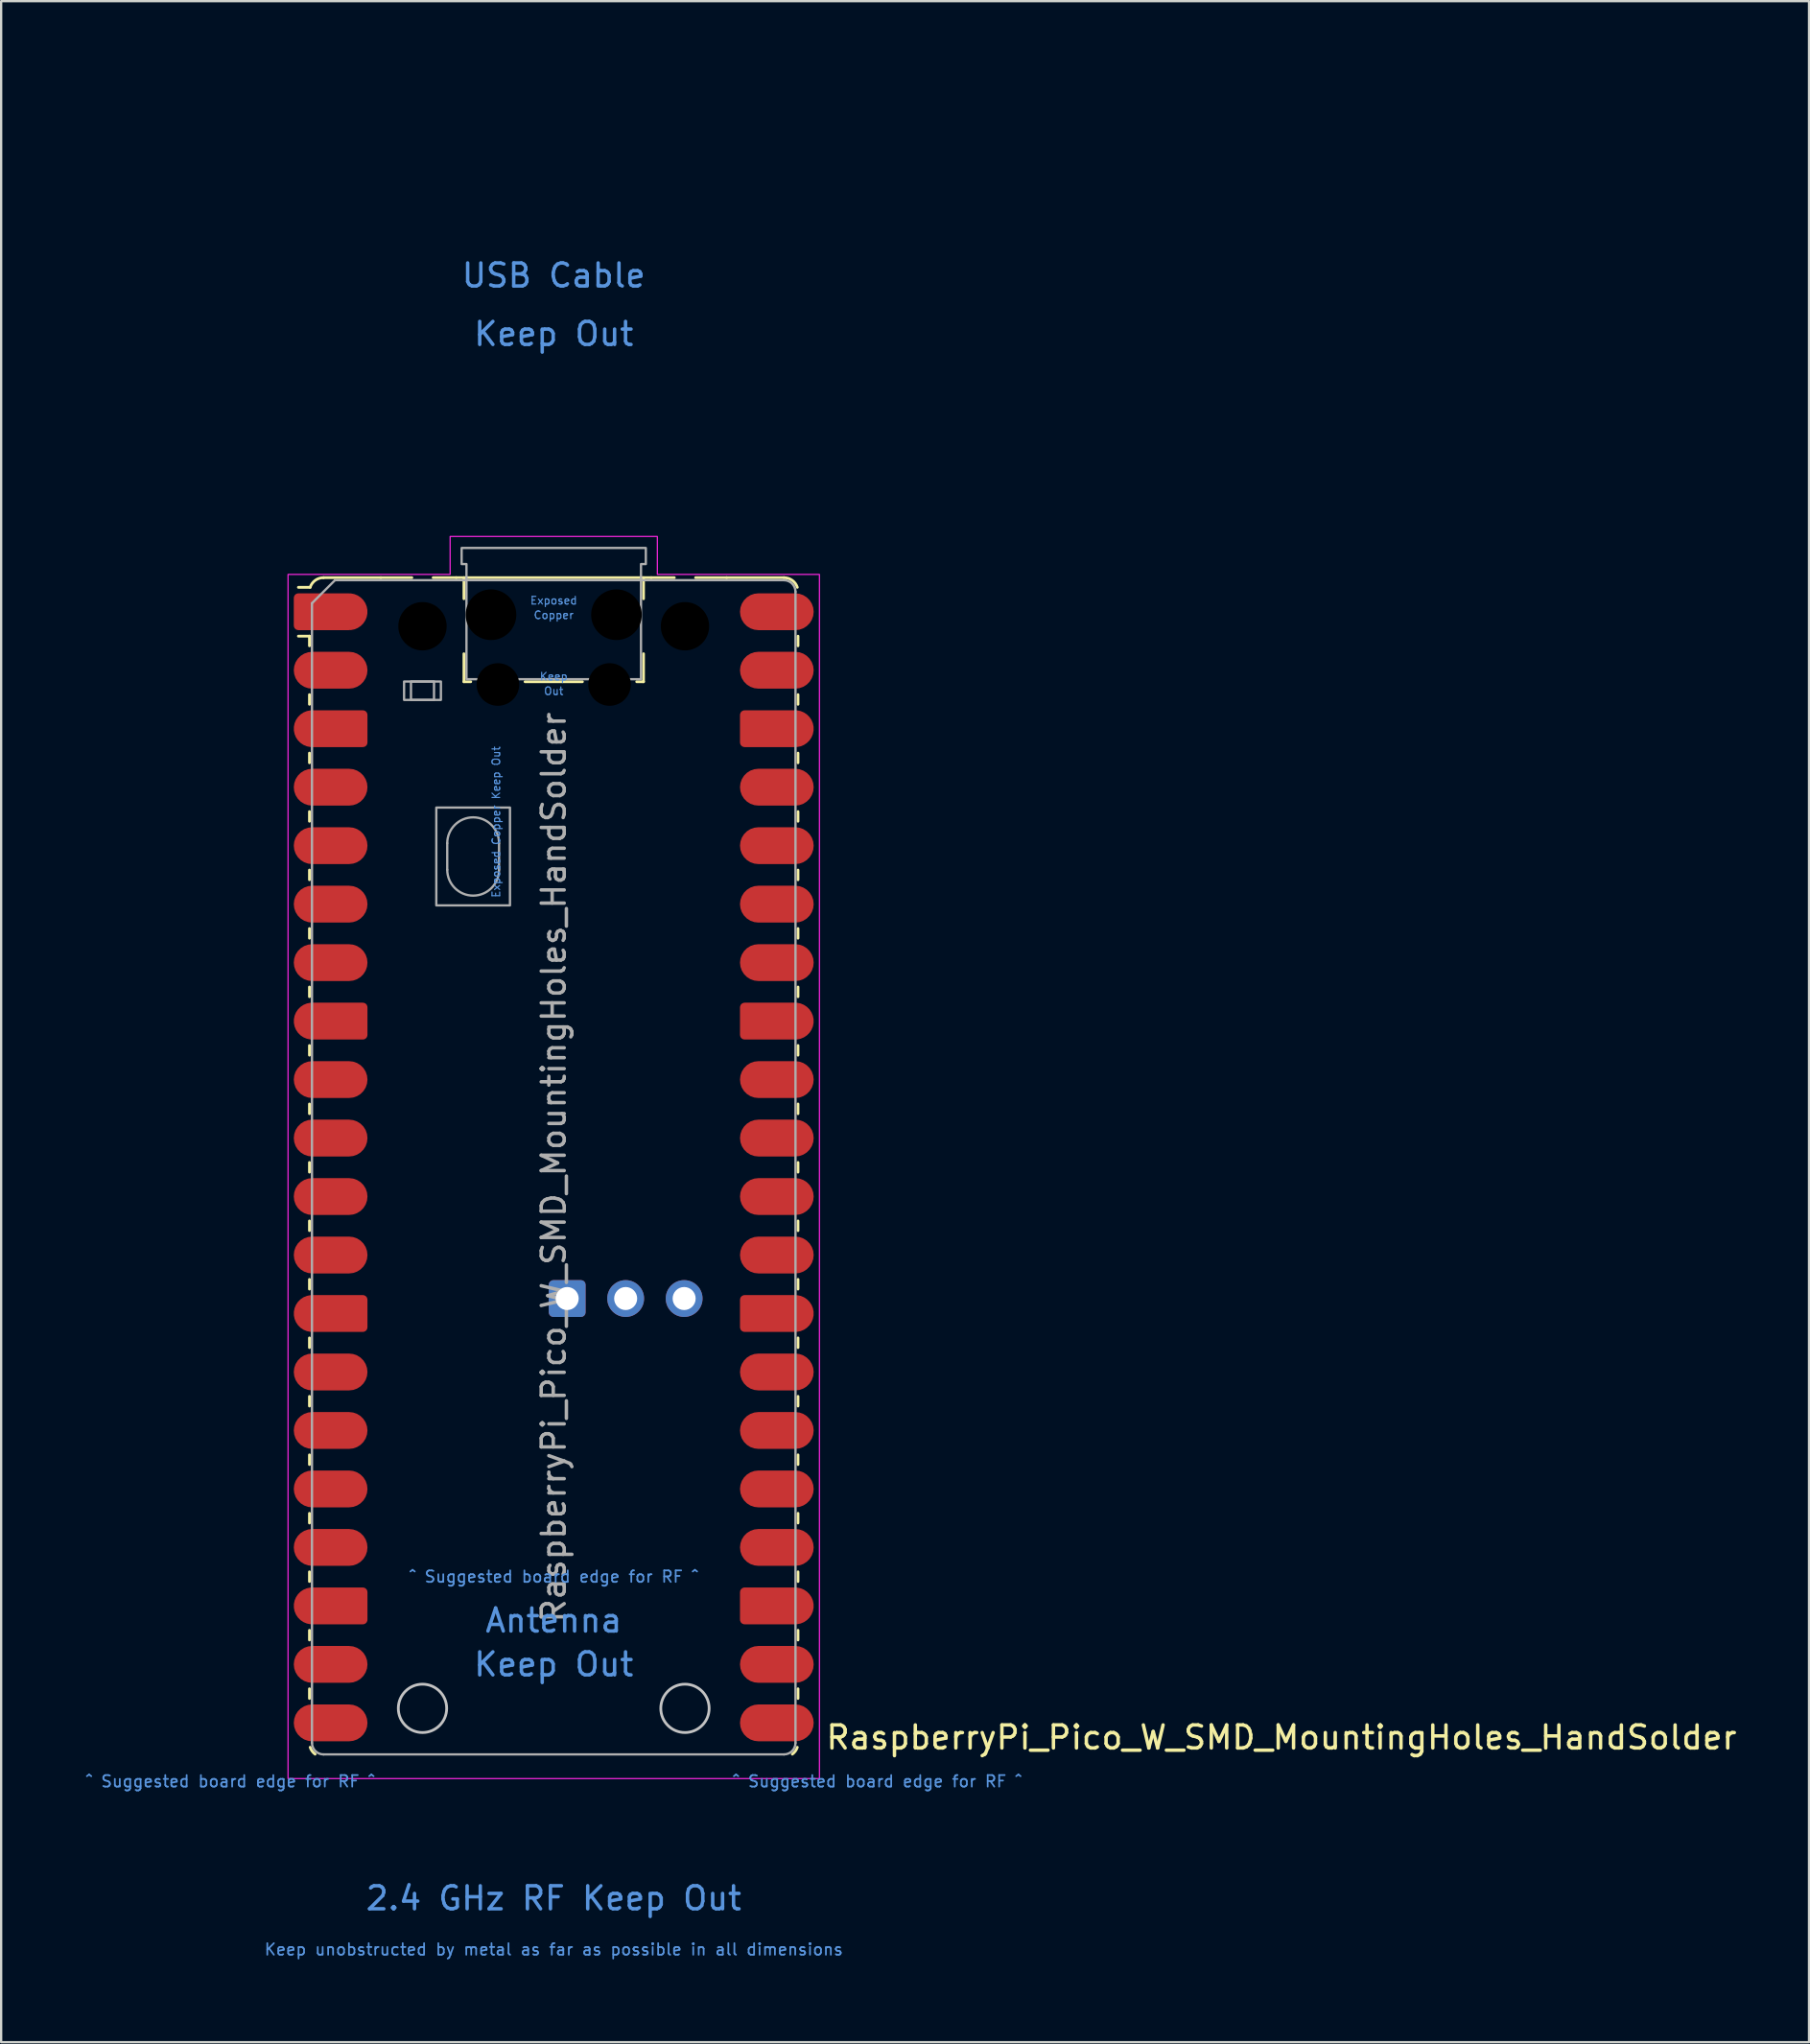
<source format=kicad_pcb>
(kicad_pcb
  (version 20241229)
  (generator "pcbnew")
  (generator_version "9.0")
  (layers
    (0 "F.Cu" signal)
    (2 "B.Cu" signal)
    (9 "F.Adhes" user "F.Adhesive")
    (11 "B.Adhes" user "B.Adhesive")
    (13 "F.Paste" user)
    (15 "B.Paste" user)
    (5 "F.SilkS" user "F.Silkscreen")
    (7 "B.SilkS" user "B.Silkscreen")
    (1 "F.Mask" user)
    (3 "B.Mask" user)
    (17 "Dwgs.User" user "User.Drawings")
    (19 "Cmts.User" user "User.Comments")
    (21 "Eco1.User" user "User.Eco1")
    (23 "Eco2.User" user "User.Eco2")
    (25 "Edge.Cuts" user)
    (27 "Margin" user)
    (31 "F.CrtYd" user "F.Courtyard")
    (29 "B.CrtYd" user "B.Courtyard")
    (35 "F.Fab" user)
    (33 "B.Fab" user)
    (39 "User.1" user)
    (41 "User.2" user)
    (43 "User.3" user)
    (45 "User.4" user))
  (footprint "RaspberryPi_Pico_W_SMD_MountingHoles_HandSolder"
    (layer "F.Cu")
    (at 21 47.65)
    (property "Reference" "RaspberryPi_Pico_W_SMD_MountingHoles_HandSolder" (at 11.748 24.765 0) (unlocked yes) (layer "F.SilkS") (effects (font (size 1 1) (thickness 0.15)) (justify left)))
    (attr smd)
    (fp_line (start -10.61 -23.07) (end -11.09 -23.07) (stroke (width 0.12) (type solid)) (layer "F.SilkS"))
    (fp_line (start -10.61 -23.07) (end -10.61 -22.65) (stroke (width 0.12) (type solid)) (layer "F.SilkS"))
    (fp_line (start -10.61 -20.53) (end -10.61 -20.11) (stroke (width 0.12) (type solid)) (layer "F.SilkS"))
    (fp_line (start -10.61 -17.99) (end -10.61 -17.57) (stroke (width 0.12) (type solid)) (layer "F.SilkS"))
    (fp_line (start -10.61 -15.45) (end -10.61 -15.03) (stroke (width 0.12) (type solid)) (layer "F.SilkS"))
    (fp_line (start -10.61 -12.91) (end -10.61 -12.49) (stroke (width 0.12) (type solid)) (layer "F.SilkS"))
    (fp_line (start -10.61 -10.37) (end -10.61 -9.95) (stroke (width 0.12) (type solid)) (layer "F.SilkS"))
    (fp_line (start -10.61 -7.83) (end -10.61 -7.41) (stroke (width 0.12) (type solid)) (layer "F.SilkS"))
    (fp_line (start -10.61 -5.29) (end -10.61 -4.87) (stroke (width 0.12) (type solid)) (layer "F.SilkS"))
    (fp_line (start -10.61 -2.75) (end -10.61 -2.33) (stroke (width 0.12) (type solid)) (layer "F.SilkS"))
    (fp_line (start -10.61 -0.21) (end -10.61 0.21) (stroke (width 0.12) (type solid)) (layer "F.SilkS"))
    (fp_line (start -10.61 2.33) (end -10.61 2.75) (stroke (width 0.12) (type solid)) (layer "F.SilkS"))
    (fp_line (start -10.61 4.87) (end -10.61 5.29) (stroke (width 0.12) (type solid)) (layer "F.SilkS"))
    (fp_line (start -10.61 7.41) (end -10.61 7.83) (stroke (width 0.12) (type solid)) (layer "F.SilkS"))
    (fp_line (start -10.61 9.95) (end -10.61 10.37) (stroke (width 0.12) (type solid)) (layer "F.SilkS"))
    (fp_line (start -10.61 12.49) (end -10.61 12.91) (stroke (width 0.12) (type solid)) (layer "F.SilkS"))
    (fp_line (start -10.61 15.03) (end -10.61 15.45) (stroke (width 0.12) (type solid)) (layer "F.SilkS"))
    (fp_line (start -10.61 17.57) (end -10.61 17.99) (stroke (width 0.12) (type solid)) (layer "F.SilkS"))
    (fp_line (start -10.61 20.11) (end -10.61 20.53) (stroke (width 0.12) (type solid)) (layer "F.SilkS"))
    (fp_line (start -10.61 22.65) (end -10.61 23.07) (stroke (width 0.12) (type solid)) (layer "F.SilkS"))
    (fp_line (start -10.58 -25.19) (end -11.09 -25.19) (stroke (width 0.12) (type solid)) (layer "F.SilkS"))
    (fp_line (start -10 -25.61) (end -7.51 -25.61) (stroke (width 0.12) (type solid)) (layer "F.SilkS"))
    (fp_line (start -7.51 -25.61) (end -6.162 -25.61) (stroke (width 0.12) (type solid)) (layer "F.SilkS"))
    (fp_line (start -5.238 -25.61) (end -4.235 -25.61) (stroke (width 0.12) (type solid)) (layer "F.SilkS"))
    (fp_line (start -4.235 -25.61) (end 4.235 -25.61) (stroke (width 0.12) (type solid)) (layer "F.SilkS"))
    (fp_line (start -3.9 -25.61) (end -3.9 -24.694) (stroke (width 0.12) (type solid)) (layer "F.SilkS"))
    (fp_line (start -3.9 -22.306) (end -3.9 -21.09) (stroke (width 0.12) (type solid)) (layer "F.SilkS"))
    (fp_line (start -3.9 -21.09) (end -3.604 -21.09) (stroke (width 0.12) (type solid)) (layer "F.SilkS"))
    (fp_line (start -1.246 -21.09) (end 1.246 -21.09) (stroke (width 0.12) (type solid)) (layer "F.SilkS"))
    (fp_line (start 3.604 -21.09) (end 3.9 -21.09) (stroke (width 0.12) (type solid)) (layer "F.SilkS"))
    (fp_line (start 3.9 -25.61) (end 3.9 -24.694) (stroke (width 0.12) (type solid)) (layer "F.SilkS"))
    (fp_line (start 3.9 -22.306) (end 3.9 -21.09) (stroke (width 0.12) (type solid)) (layer "F.SilkS"))
    (fp_line (start 4.235 -25.61) (end 5.238 -25.61) (stroke (width 0.12) (type solid)) (layer "F.SilkS"))
    (fp_line (start 6.162 -25.61) (end 7.51 -25.61) (stroke (width 0.12) (type solid)) (layer "F.SilkS"))
    (fp_line (start 10 -25.61) (end 7.51 -25.61) (stroke (width 0.12) (type solid)) (layer "F.SilkS"))
    (fp_line (start 10.61 -23.07) (end 10.61 -22.65) (stroke (width 0.12) (type solid)) (layer "F.SilkS"))
    (fp_line (start 10.61 -20.53) (end 10.61 -20.11) (stroke (width 0.12) (type solid)) (layer "F.SilkS"))
    (fp_line (start 10.61 -17.99) (end 10.61 -17.57) (stroke (width 0.12) (type solid)) (layer "F.SilkS"))
    (fp_line (start 10.61 -15.45) (end 10.61 -15.03) (stroke (width 0.12) (type solid)) (layer "F.SilkS"))
    (fp_line (start 10.61 -12.91) (end 10.61 -12.49) (stroke (width 0.12) (type solid)) (layer "F.SilkS"))
    (fp_line (start 10.61 -10.37) (end 10.61 -9.95) (stroke (width 0.12) (type solid)) (layer "F.SilkS"))
    (fp_line (start 10.61 -7.83) (end 10.61 -7.41) (stroke (width 0.12) (type solid)) (layer "F.SilkS"))
    (fp_line (start 10.61 -5.29) (end 10.61 -4.87) (stroke (width 0.12) (type solid)) (layer "F.SilkS"))
    (fp_line (start 10.61 -2.75) (end 10.61 -2.33) (stroke (width 0.12) (type solid)) (layer "F.SilkS"))
    (fp_line (start 10.61 -0.21) (end 10.61 0.21) (stroke (width 0.12) (type solid)) (layer "F.SilkS"))
    (fp_line (start 10.61 2.33) (end 10.61 2.75) (stroke (width 0.12) (type solid)) (layer "F.SilkS"))
    (fp_line (start 10.61 4.87) (end 10.61 5.29) (stroke (width 0.12) (type solid)) (layer "F.SilkS"))
    (fp_line (start 10.61 7.41) (end 10.61 7.83) (stroke (width 0.12) (type solid)) (layer "F.SilkS"))
    (fp_line (start 10.61 9.95) (end 10.61 10.37) (stroke (width 0.12) (type solid)) (layer "F.SilkS"))
    (fp_line (start 10.61 12.49) (end 10.61 12.91) (stroke (width 0.12) (type solid)) (layer "F.SilkS"))
    (fp_line (start 10.61 15.03) (end 10.61 15.45) (stroke (width 0.12) (type solid)) (layer "F.SilkS"))
    (fp_line (start 10.61 17.57) (end 10.61 17.99) (stroke (width 0.12) (type solid)) (layer "F.SilkS"))
    (fp_line (start 10.61 20.11) (end 10.61 20.53) (stroke (width 0.12) (type solid)) (layer "F.SilkS"))
    (fp_line (start 10.61 22.65) (end 10.61 23.07) (stroke (width 0.12) (type solid)) (layer "F.SilkS"))
    (fp_arc (start -10.579676 -25.19) (mid -10.357938 -25.493944) (end -10 -25.61) (stroke (width 0.12) (type solid)) (layer "F.SilkS"))
    (fp_arc (start -10.363318 25.49) (mid -10.494791 25.356765) (end -10.579676 25.189937) (stroke (width 0.12) (type solid)) (layer "F.SilkS"))
    (fp_arc (start 10 -25.61) (mid 10.357937 -25.493944) (end 10.579676 -25.189937) (stroke (width 0.12) (type solid)) (layer "F.SilkS"))
    (fp_arc (start 10.579676 25.189937) (mid 10.494803 25.356773) (end 10.363318 25.49) (stroke (width 0.12) (type solid)) (layer "F.SilkS"))
    (fp_circle (center -5.7 23.5) (end -4.65 23.5) (stroke (width 0.12) (type solid)) (fill no) (layer "Dwgs.User"))
    (fp_circle (center 5.7 23.5) (end 6.75 23.5) (stroke (width 0.12) (type solid)) (fill no) (layer "Dwgs.User"))
    (fp_poly (pts (xy -4.5 -27.4) (xy 4.5 -27.4) (xy 4.5 -25.75) (xy 11.54 -25.75) (xy 11.54 26.55) (xy -11.54 26.55) (xy -11.54 -25.75) (xy -4.5 -25.75)) (stroke (width 0.05) (type solid)) (fill no) (layer "F.CrtYd"))
    (fp_line (start -10.5 -24.5) (end -9.5 -25.5) (stroke (width 0.1) (type solid)) (layer "F.Fab"))
    (fp_line (start -10.5 25) (end -10.5 -24.5) (stroke (width 0.1) (type solid)) (layer "F.Fab"))
    (fp_line (start -9.5 -25.5) (end 10 -25.5) (stroke (width 0.1) (type solid)) (layer "F.Fab"))
    (fp_line (start -4.625 -14.075) (end -4.625 -12.925) (stroke (width 0.1) (type solid)) (layer "F.Fab"))
    (fp_line (start -2.375 -14.075) (end -2.375 -12.925) (stroke (width 0.1) (type solid)) (layer "F.Fab"))
    (fp_line (start 10 25.5) (end -10 25.5) (stroke (width 0.1) (type solid)) (layer "F.Fab"))
    (fp_line (start 10.5 -25) (end 10.5 25) (stroke (width 0.1) (type solid)) (layer "F.Fab"))
    (fp_rect (start -6.5 -21.1) (end -4.9 -20.3) (stroke (width 0.1) (type solid)) (fill no) (layer "F.Fab"))
    (fp_rect (start -6.2 -21.1) (end -5.2 -20.3) (stroke (width 0.1) (type solid)) (fill no) (layer "F.Fab"))
    (fp_rect (start -5.1 -15.625) (end -1.9 -11.375) (stroke (width 0.1) (type solid)) (fill no) (layer "F.Fab"))
    (fp_arc (start -10 25.5) (mid -10.353553 25.353553) (end -10.5 25) (stroke (width 0.1) (type solid)) (layer "F.Fab"))
    (fp_arc (start -4.625 -14.075) (mid -3.5 -15.2) (end -2.375 -14.075) (stroke (width 0.1) (type solid)) (layer "F.Fab"))
    (fp_arc (start -2.375 -12.925) (mid -3.5 -11.8) (end -4.625 -12.925) (stroke (width 0.1) (type solid)) (layer "F.Fab"))
    (fp_arc (start 10 -25.5) (mid 10.353553 -25.353553) (end 10.5 -25) (stroke (width 0.1) (type solid)) (layer "F.Fab"))
    (fp_arc (start 10.5 25) (mid 10.353553 25.353553) (end 10 25.5) (stroke (width 0.1) (type solid)) (layer "F.Fab"))
    (fp_poly (pts (xy 3.79 -21.2) (xy 3.79 -26.2) (xy 4 -26.2) (xy 4 -26.9) (xy -4 -26.9) (xy -4 -26.2) (xy -3.79 -26.2) (xy -3.79 -21.2)) (stroke (width 0.1) (type solid)) (fill no) (layer "F.Fab"))
    (fp_text user "^ Suggested board edge for RF ^" (at 14.05 26.67 0) (unlocked yes) (layer "Cmts.User") (effects (font (size 0.5 0.5) (thickness 0.075))))
    (fp_text user "2.4 GHz RF Keep Out" (at 0 31.75 0) (unlocked yes) (layer "Cmts.User") (effects (font (size 1 1) (thickness 0.15))))
    (fp_text user "^ Suggested board edge for RF ^" (at -14.05 26.67 0) (unlocked yes) (layer "Cmts.User") (effects (font (size 0.5 0.5) (thickness 0.075))))
    (fp_text user "USB Cable" (at 0 -38.735 0) (unlocked yes) (layer "Cmts.User") (effects (font (size 1 1) (thickness 0.15))))
    (fp_text user "Keep unobstructed by metal as far as possible in all dimensions" (at 0 33.972 0) (unlocked yes) (layer "Cmts.User") (effects (font (size 0.5 0.5) (thickness 0.075))))
    (fp_text user "Copper" (at 0 -23.983 0) (unlocked yes) (layer "Cmts.User") (effects (font (size 0.333 0.333) (thickness 0.05))))
    (fp_text user "Keep" (at 0 -21.317 0) (unlocked yes) (layer "Cmts.User") (effects (font (size 0.333 0.333) (thickness 0.05))))
    (fp_text user "^ Suggested board edge for RF ^" (at 0 17.78 0) (unlocked yes) (layer "Cmts.User") (effects (font (size 0.5 0.5) (thickness 0.075))))
    (fp_text user "Keep Out" (at 0 21.59 0) (unlocked yes) (layer "Cmts.User") (effects (font (size 1 1) (thickness 0.15))))
    (fp_text user "Exposed Copper Keep Out" (at -2.5 -15 90) (unlocked yes) (layer "Cmts.User") (effects (font (size 0.333 0.333) (thickness 0.05))))
    (fp_text user "Exposed" (at 0 -24.617 0) (unlocked yes) (layer "Cmts.User") (effects (font (size 0.333 0.333) (thickness 0.05))))
    (fp_text user "Antenna" (at 0 19.685 0) (unlocked yes) (layer "Cmts.User") (effects (font (size 1 1) (thickness 0.15))))
    (fp_text user "Keep Out" (at 0 -36.195 0) (unlocked yes) (layer "Cmts.User") (effects (font (size 1 1) (thickness 0.15))))
    (fp_text user "Out" (at 0 -20.683 0) (unlocked yes) (layer "Cmts.User") (effects (font (size 0.333 0.333) (thickness 0.05))))
    (fp_text user "${REFERENCE}" (at 0 0 90) (layer "F.Fab") (effects (font (size 1 1) (thickness 0.15))))
    (pad "" np_thru_hole circle (at -5.7 -23.5) (size 3.8 3.8) (drill 2.1) (layers "*.Mask"))
    (pad "" np_thru_hole circle (at -2.725 -24) (size 2.2 2.2) (drill 2.2) (layers "*.Mask"))
    (pad "" np_thru_hole circle (at -2.425 -20.97) (size 1.85 1.85) (drill 1.85) (layers "*.Mask"))
    (pad "" np_thru_hole circle (at 2.425 -20.97) (size 1.85 1.85) (drill 1.85) (layers "*.Mask"))
    (pad "" np_thru_hole circle (at 2.725 -24) (size 2.2 2.2) (drill 2.2) (layers "*.Mask"))
    (pad "" np_thru_hole circle (at 5.7 -23.5) (size 3.8 3.8) (drill 2.1) (layers "*.Mask"))
    (pad "1" smd custom (at -8.89 -24.13) (size 1.6 1.6) (layers "F.Cu" "F.Mask" "F.Paste") (options (anchor circle)) (primitives (gr_poly (pts (xy -2.4 0.6) (xy -2.4 -0.6) (xy -2.2 -0.8) (xy 0 -0.8) (xy 0 0.8) (xy -2.2 0.8)) (width 0) (fill yes)) (gr_circle (center -2.2 0.6) (end -2 0.6) (width 0) (fill yes)) (gr_circle (center -2.2 -0.6) (end -2 -0.6) (width 0) (fill yes))))
    (pad "2" smd roundrect (at -8.89 -21.59) (size 3.2 1.6) (drill (offset -0.8 0)) (layers "F.Cu" "F.Mask" "F.Paste") (roundrect_rratio 0.5))
    (pad "3" smd custom (at -8.89 -19.05) (size 1.6 1.6) (layers "F.Cu" "F.Mask" "F.Paste") (options (anchor circle)) (primitives (gr_poly (pts (xy 0.8 -0.6) (xy 0.8 0.6) (xy 0.6 0.8) (xy -1.6 0.8) (xy -1.6 -0.8) (xy 0.6 -0.8)) (width 0) (fill yes)) (gr_circle (center 0.6 0.6) (end 0.8 0.6) (width 0) (fill yes)) (gr_circle (center 0.6 -0.6) (end 0.8 -0.6) (width 0) (fill yes)) (gr_circle (center -1.6 0) (end -0.8 0) (width 0) (fill yes))))
    (pad "4" smd roundrect (at -8.89 -16.51) (size 3.2 1.6) (drill (offset -0.8 0)) (layers "F.Cu" "F.Mask" "F.Paste") (roundrect_rratio 0.5))
    (pad "5" smd roundrect (at -8.89 -13.97) (size 3.2 1.6) (drill (offset -0.8 0)) (layers "F.Cu" "F.Mask" "F.Paste") (roundrect_rratio 0.5))
    (pad "6" smd roundrect (at -8.89 -11.43) (size 3.2 1.6) (drill (offset -0.8 0)) (layers "F.Cu" "F.Mask" "F.Paste") (roundrect_rratio 0.5))
    (pad "7" smd roundrect (at -8.89 -8.89) (size 3.2 1.6) (drill (offset -0.8 0)) (layers "F.Cu" "F.Mask" "F.Paste") (roundrect_rratio 0.5))
    (pad "8" smd custom (at -8.89 -6.35) (size 1.6 1.6) (layers "F.Cu" "F.Mask" "F.Paste") (options (anchor circle)) (primitives (gr_poly (pts (xy 0.8 -0.6) (xy 0.8 0.6) (xy 0.6 0.8) (xy -1.6 0.8) (xy -1.6 -0.8) (xy 0.6 -0.8)) (width 0) (fill yes)) (gr_circle (center 0.6 0.6) (end 0.8 0.6) (width 0) (fill yes)) (gr_circle (center 0.6 -0.6) (end 0.8 -0.6) (width 0) (fill yes)) (gr_circle (center -1.6 0) (end -0.8 0) (width 0) (fill yes))))
    (pad "9" smd roundrect (at -8.89 -3.81) (size 3.2 1.6) (drill (offset -0.8 0)) (layers "F.Cu" "F.Mask" "F.Paste") (roundrect_rratio 0.5))
    (pad "10" smd roundrect (at -8.89 -1.27) (size 3.2 1.6) (drill (offset -0.8 0)) (layers "F.Cu" "F.Mask" "F.Paste") (roundrect_rratio 0.5))
    (pad "11" smd roundrect (at -8.89 1.27) (size 3.2 1.6) (drill (offset -0.8 0)) (layers "F.Cu" "F.Mask" "F.Paste") (roundrect_rratio 0.5))
    (pad "12" smd roundrect (at -8.89 3.81) (size 3.2 1.6) (drill (offset -0.8 0)) (layers "F.Cu" "F.Mask" "F.Paste") (roundrect_rratio 0.5))
    (pad "13" smd custom (at -8.89 6.35) (size 1.6 1.6) (layers "F.Cu" "F.Mask" "F.Paste") (options (anchor circle)) (primitives (gr_poly (pts (xy 0.8 -0.6) (xy 0.8 0.6) (xy 0.6 0.8) (xy -1.6 0.8) (xy -1.6 -0.8) (xy 0.6 -0.8)) (width 0) (fill yes)) (gr_circle (center 0.6 0.6) (end 0.8 0.6) (width 0) (fill yes)) (gr_circle (center 0.6 -0.6) (end 0.8 -0.6) (width 0) (fill yes)) (gr_circle (center -1.6 0) (end -0.8 0) (width 0) (fill yes))))
    (pad "14" smd roundrect (at -8.89 8.89) (size 3.2 1.6) (drill (offset -0.8 0)) (layers "F.Cu" "F.Mask" "F.Paste") (roundrect_rratio 0.5))
    (pad "15" smd roundrect (at -8.89 11.43) (size 3.2 1.6) (drill (offset -0.8 0)) (layers "F.Cu" "F.Mask" "F.Paste") (roundrect_rratio 0.5))
    (pad "16" smd roundrect (at -8.89 13.97) (size 3.2 1.6) (drill (offset -0.8 0)) (layers "F.Cu" "F.Mask" "F.Paste") (roundrect_rratio 0.5))
    (pad "17" smd roundrect (at -8.89 16.51) (size 3.2 1.6) (drill (offset -0.8 0)) (layers "F.Cu" "F.Mask" "F.Paste") (roundrect_rratio 0.5))
    (pad "18" smd custom (at -8.89 19.05) (size 1.6 1.6) (layers "F.Cu" "F.Mask" "F.Paste") (options (anchor circle)) (primitives (gr_poly (pts (xy 0.8 -0.6) (xy 0.8 0.6) (xy 0.6 0.8) (xy -1.6 0.8) (xy -1.6 -0.8) (xy 0.6 -0.8)) (width 0) (fill yes)) (gr_circle (center 0.6 0.6) (end 0.8 0.6) (width 0) (fill yes)) (gr_circle (center 0.6 -0.6) (end 0.8 -0.6) (width 0) (fill yes)) (gr_circle (center -1.6 0) (end -0.8 0) (width 0) (fill yes))))
    (pad "19" smd roundrect (at -8.89 21.59) (size 3.2 1.6) (drill (offset -0.8 0)) (layers "F.Cu" "F.Mask" "F.Paste") (roundrect_rratio 0.5))
    (pad "20" smd roundrect (at -8.89 24.13) (size 3.2 1.6) (drill (offset -0.8 0)) (layers "F.Cu" "F.Mask" "F.Paste") (roundrect_rratio 0.5))
    (pad "21" smd roundrect (at 8.89 24.13) (size 3.2 1.6) (drill (offset 0.8 0)) (layers "F.Cu" "F.Mask" "F.Paste") (roundrect_rratio 0.5))
    (pad "22" smd roundrect (at 8.89 21.59) (size 3.2 1.6) (drill (offset 0.8 0)) (layers "F.Cu" "F.Mask" "F.Paste") (roundrect_rratio 0.5))
    (pad "23" smd custom (at 8.89 19.05) (size 1.6 1.6) (layers "F.Cu" "F.Mask" "F.Paste") (options (anchor circle)) (primitives (gr_poly (pts (xy -0.8 -0.6) (xy -0.8 0.6) (xy -0.6 0.8) (xy 1.6 0.8) (xy 1.6 -0.8) (xy -0.6 -0.8)) (width 0) (fill yes)) (gr_circle (center -0.6 0.6) (end -0.4 0.6) (width 0) (fill yes)) (gr_circle (center -0.6 -0.6) (end -0.4 -0.6) (width 0) (fill yes)) (gr_circle (center 1.6 0) (end 2.4 0) (width 0) (fill yes))))
    (pad "24" smd roundrect (at 8.89 16.51) (size 3.2 1.6) (drill (offset 0.8 0)) (layers "F.Cu" "F.Mask" "F.Paste") (roundrect_rratio 0.5))
    (pad "25" smd roundrect (at 8.89 13.97) (size 3.2 1.6) (drill (offset 0.8 0)) (layers "F.Cu" "F.Mask" "F.Paste") (roundrect_rratio 0.5))
    (pad "26" smd roundrect (at 8.89 11.43) (size 3.2 1.6) (drill (offset 0.8 0)) (layers "F.Cu" "F.Mask" "F.Paste") (roundrect_rratio 0.5))
    (pad "27" smd roundrect (at 8.89 8.89) (size 3.2 1.6) (drill (offset 0.8 0)) (layers "F.Cu" "F.Mask" "F.Paste") (roundrect_rratio 0.5))
    (pad "28" smd custom (at 8.89 6.35) (size 1.6 1.6) (layers "F.Cu" "F.Mask" "F.Paste") (options (anchor circle)) (primitives (gr_poly (pts (xy -0.8 -0.6) (xy -0.8 0.6) (xy -0.6 0.8) (xy 1.6 0.8) (xy 1.6 -0.8) (xy -0.6 -0.8)) (width 0) (fill yes)) (gr_circle (center -0.6 0.6) (end -0.4 0.6) (width 0) (fill yes)) (gr_circle (center -0.6 -0.6) (end -0.4 -0.6) (width 0) (fill yes)) (gr_circle (center 1.6 0) (end 2.4 0) (width 0) (fill yes))))
    (pad "29" smd roundrect (at 8.89 3.81) (size 3.2 1.6) (drill (offset 0.8 0)) (layers "F.Cu" "F.Mask" "F.Paste") (roundrect_rratio 0.5))
    (pad "30" smd roundrect (at 8.89 1.27) (size 3.2 1.6) (drill (offset 0.8 0)) (layers "F.Cu" "F.Mask" "F.Paste") (roundrect_rratio 0.5))
    (pad "31" smd roundrect (at 8.89 -1.27) (size 3.2 1.6) (drill (offset 0.8 0)) (layers "F.Cu" "F.Mask" "F.Paste") (roundrect_rratio 0.5))
    (pad "32" smd roundrect (at 8.89 -3.81) (size 3.2 1.6) (drill (offset 0.8 0)) (layers "F.Cu" "F.Mask" "F.Paste") (roundrect_rratio 0.5))
    (pad "33" smd custom (at 8.89 -6.35) (size 1.6 1.6) (layers "F.Cu" "F.Mask" "F.Paste") (options (anchor circle)) (primitives (gr_poly (pts (xy -0.8 -0.6) (xy -0.8 0.6) (xy -0.6 0.8) (xy 1.6 0.8) (xy 1.6 -0.8) (xy -0.6 -0.8)) (width 0) (fill yes)) (gr_circle (center -0.6 0.6) (end -0.4 0.6) (width 0) (fill yes)) (gr_circle (center -0.6 -0.6) (end -0.4 -0.6) (width 0) (fill yes)) (gr_circle (center 1.6 0) (end 2.4 0) (width 0) (fill yes))))
    (pad "34" smd roundrect (at 8.89 -8.89) (size 3.2 1.6) (drill (offset 0.8 0)) (layers "F.Cu" "F.Mask" "F.Paste") (roundrect_rratio 0.5))
    (pad "35" smd roundrect (at 8.89 -11.43) (size 3.2 1.6) (drill (offset 0.8 0)) (layers "F.Cu" "F.Mask" "F.Paste") (roundrect_rratio 0.5))
    (pad "36" smd roundrect (at 8.89 -13.97) (size 3.2 1.6) (drill (offset 0.8 0)) (layers "F.Cu" "F.Mask" "F.Paste") (roundrect_rratio 0.5))
    (pad "37" smd roundrect (at 8.89 -16.51) (size 3.2 1.6) (drill (offset 0.8 0)) (layers "F.Cu" "F.Mask" "F.Paste") (roundrect_rratio 0.5))
    (pad "38" smd custom (at 8.89 -19.05) (size 1.6 1.6) (layers "F.Cu" "F.Mask" "F.Paste") (options (anchor circle)) (primitives (gr_poly (pts (xy -0.8 -0.6) (xy -0.8 0.6) (xy -0.6 0.8) (xy 1.6 0.8) (xy 1.6 -0.8) (xy -0.6 -0.8)) (width 0) (fill yes)) (gr_circle (center -0.6 0.6) (end -0.4 0.6) (width 0) (fill yes)) (gr_circle (center -0.6 -0.6) (end -0.4 -0.6) (width 0) (fill yes)) (gr_circle (center 1.6 0) (end 2.4 0) (width 0) (fill yes))))
    (pad "39" smd roundrect (at 8.89 -21.59) (size 3.2 1.6) (drill (offset 0.8 0)) (layers "F.Cu" "F.Mask" "F.Paste") (roundrect_rratio 0.5))
    (pad "40" smd roundrect (at 8.89 -24.13) (size 3.2 1.6) (drill (offset 0.8 0)) (layers "F.Cu" "F.Mask" "F.Paste") (roundrect_rratio 0.5))
    (pad "D1" thru_hole roundrect (at 0.584 5.7) (size 1.6 1.6) (drill 1) (layers "*.Cu" "*.Mask") (roundrect_rratio 0.125))
    (pad "D2" thru_hole circle (at 3.124 5.7) (size 1.6 1.6) (drill 1) (layers "*.Cu" "*.Mask"))
    (pad "D3" thru_hole circle (at 5.664 5.7) (size 1.6 1.6) (drill 1) (layers "*.Cu" "*.Mask"))
    (zone (net_name "") (layers "F.Cu" "B.Cu" "F.Paste" "B.Paste") (name "RF Copper Keep Out") (hatch full 0.5) (connect_pads) (min_thickness 0.254) (filled_areas_thickness no) (keepout (tracks not_allowed) (vias not_allowed) (pads not_allowed) (copperpour not_allowed) (footprints not_allowed)) (placement (enabled no)) (fill) (polygon (pts (xy 0 72.65) (xy 42 72.65) (xy 42 82.65) (xy 0 82.65))))
    (zone (net_name "") (layers "F.Cu" "B.Cu" "F.Paste" "B.Paste") (name "Antenna Copper Keep Out") (hatch full 0.5) (connect_pads) (min_thickness 0.254) (filled_areas_thickness no) (keepout (tracks not_allowed) (vias not_allowed) (pads not_allowed) (copperpour not_allowed) (footprints not_allowed)) (placement (enabled no)) (fill) (polygon (pts (xy 18.6 72.64) (xy 13.9 68.99) (xy 13.9 64.65) (xy 28.1 64.65) (xy 28.1 68.99) (xy 23.4 72.64) (xy 23.4 72.65) (xy 18.6 72.65))))
    (zone (net_name "") (layers "F.Cu" "F.Paste") (name "Pad Keep Out TP4") (hatch full 0.5) (connect_pads) (min_thickness 0.25) (filled_areas_thickness no) (keepout (tracks not_allowed) (vias not_allowed) (pads not_allowed) (copperpour not_allowed) (footprints allowed)) (placement (enabled no)) (fill) (polygon (pts (xy 17.984 31.098) (xy 17.858 31.064) (xy 17.744 30.998) (xy 17.652 30.906) (xy 17.586 30.792) (xy 17.552 30.666) (xy 17.55 30.6) (xy 17.55 30.15) (xy 19.45 30.15) (xy 19.45 30.6) (xy 19.448 30.666) (xy 19.414 30.792) (xy 19.348 30.906) (xy 19.256 30.998) (xy 19.142 31.064) (xy 19.016 31.098) (xy 18.95 31.1) (xy 18.05 31.1))))
    (zone (net_name "") (layers "F.Cu" "F.Paste") (name "Pad Keep Out TP5") (hatch full 0.5) (connect_pads) (min_thickness 0.25) (filled_areas_thickness no) (keepout (tracks not_allowed) (vias not_allowed) (pads not_allowed) (copperpour not_allowed) (footprints allowed)) (placement (enabled no)) (fill) (polygon (pts (xy 17.984 33.598) (xy 17.858 33.564) (xy 17.744 33.498) (xy 17.652 33.406) (xy 17.586 33.292) (xy 17.552 33.166) (xy 17.55 33.1) (xy 17.55 32.65) (xy 19.45 32.65) (xy 19.45 33.1) (xy 19.448 33.166) (xy 19.414 33.292) (xy 19.348 33.406) (xy 19.256 33.498) (xy 19.142 33.564) (xy 19.016 33.598) (xy 18.95 33.6) (xy 18.05 33.6))))
    (zone (net_name "") (layers "F.Cu" "F.Paste") (name "Pad Keep Out TP6") (hatch full 0.5) (connect_pads) (min_thickness 0.25) (filled_areas_thickness no) (keepout (tracks not_allowed) (vias not_allowed) (pads not_allowed) (copperpour not_allowed) (footprints allowed)) (placement (enabled no)) (fill) (polygon (pts (xy 17.984 36.098) (xy 17.858 36.064) (xy 17.744 35.998) (xy 17.652 35.906) (xy 17.586 35.792) (xy 17.552 35.666) (xy 17.55 35.6) (xy 17.55 35.15) (xy 19.45 35.15) (xy 19.45 35.6) (xy 19.448 35.666) (xy 19.414 35.792) (xy 19.348 35.906) (xy 19.256 35.998) (xy 19.142 36.064) (xy 19.016 36.098) (xy 18.95 36.1) (xy 18.05 36.1))))
    (zone (net_name "") (layers "F.Cu" "F.Paste") (name "Pad Keep Out TP3") (hatch full 0.5) (connect_pads) (min_thickness 0.25) (filled_areas_thickness no) (keepout (tracks not_allowed) (vias not_allowed) (pads not_allowed) (copperpour not_allowed) (footprints allowed)) (placement (enabled no)) (fill) (polygon (pts (xy 19.052 22.834) (xy 19.086 22.708) (xy 19.152 22.594) (xy 19.244 22.502) (xy 19.358 22.436) (xy 19.484 22.402) (xy 19.55 22.4) (xy 20 22.4) (xy 20 24.3) (xy 19.55 24.3) (xy 19.484 24.298) (xy 19.358 24.264) (xy 19.244 24.198) (xy 19.152 24.106) (xy 19.086 23.992) (xy 19.052 23.866) (xy 19.05 23.8) (xy 19.05 22.9))))
    (zone (net_name "") (layers "F.Cu" "F.Paste") (name "Pad Keep Out TP4") (hatch full 0.5) (connect_pads) (min_thickness 0.25) (filled_areas_thickness no) (keepout (tracks not_allowed) (vias not_allowed) (pads not_allowed) (copperpour not_allowed) (footprints allowed)) (placement (enabled no)) (fill) (polygon (pts (xy 19.45 30.15) (xy 19.45 29.7) (xy 19.448 29.634) (xy 19.414 29.508) (xy 19.348 29.394) (xy 19.256 29.302) (xy 19.142 29.236) (xy 19.016 29.202) (xy 18.95 29.2) (xy 18.05 29.2) (xy 17.984 29.202) (xy 17.858 29.236) (xy 17.744 29.302) (xy 17.652 29.394) (xy 17.586 29.508) (xy 17.552 29.634) (xy 17.55 29.7) (xy 17.55 30.15))))
    (zone (net_name "") (layers "F.Cu" "F.Paste") (name "Pad Keep Out TP5") (hatch full 0.5) (connect_pads) (min_thickness 0.25) (filled_areas_thickness no) (keepout (tracks not_allowed) (vias not_allowed) (pads not_allowed) (copperpour not_allowed) (footprints allowed)) (placement (enabled no)) (fill) (polygon (pts (xy 19.45 32.65) (xy 19.45 32.2) (xy 19.448 32.134) (xy 19.414 32.008) (xy 19.348 31.894) (xy 19.256 31.802) (xy 19.142 31.736) (xy 19.016 31.702) (xy 18.95 31.7) (xy 18.05 31.7) (xy 17.984 31.702) (xy 17.858 31.736) (xy 17.744 31.802) (xy 17.652 31.894) (xy 17.586 32.008) (xy 17.552 32.134) (xy 17.55 32.2) (xy 17.55 32.65))))
    (zone (net_name "") (layers "F.Cu" "F.Paste") (name "Pad Keep Out TP6") (hatch full 0.5) (connect_pads) (min_thickness 0.25) (filled_areas_thickness no) (keepout (tracks not_allowed) (vias not_allowed) (pads not_allowed) (copperpour not_allowed) (footprints allowed)) (placement (enabled no)) (fill) (polygon (pts (xy 19.45 35.15) (xy 19.45 34.7) (xy 19.448 34.634) (xy 19.414 34.508) (xy 19.348 34.394) (xy 19.256 34.302) (xy 19.142 34.236) (xy 19.016 34.202) (xy 18.95 34.2) (xy 18.05 34.2) (xy 17.984 34.202) (xy 17.858 34.236) (xy 17.744 34.302) (xy 17.652 34.394) (xy 17.586 34.508) (xy 17.552 34.634) (xy 17.55 34.7) (xy 17.55 35.15))))
    (zone (net_name "") (layers "F.Cu" "F.Paste") (name "Pad Keep Out TP3") (hatch full 0.5) (connect_pads) (min_thickness 0.25) (filled_areas_thickness no) (keepout (tracks not_allowed) (vias not_allowed) (pads not_allowed) (copperpour not_allowed) (footprints allowed)) (placement (enabled no)) (fill) (polygon (pts (xy 20 24.3) (xy 20.45 24.3) (xy 20.516 24.298) (xy 20.642 24.264) (xy 20.756 24.198) (xy 20.848 24.106) (xy 20.914 23.992) (xy 20.948 23.866) (xy 20.95 23.8) (xy 20.95 22.9) (xy 20.948 22.834) (xy 20.914 22.708) (xy 20.848 22.594) (xy 20.756 22.502) (xy 20.642 22.436) (xy 20.516 22.402) (xy 20.45 22.4) (xy 20 22.4))))
    (zone (net_name "") (layers "F.Cu" "F.Paste") (name "Pad Keep Out TP1") (hatch full 0.5) (connect_pads) (min_thickness 0.25) (filled_areas_thickness no) (keepout (tracks not_allowed) (vias not_allowed) (pads not_allowed) (copperpour not_allowed) (footprints allowed)) (placement (enabled no)) (fill) (polygon (pts (xy 20.052 26.134) (xy 20.086 26.008) (xy 20.152 25.894) (xy 20.244 25.802) (xy 20.358 25.736) (xy 20.484 25.702) (xy 20.55 25.7) (xy 21 25.7) (xy 21 27.6) (xy 20.55 27.6) (xy 20.484 27.598) (xy 20.358 27.564) (xy 20.244 27.498) (xy 20.152 27.406) (xy 20.086 27.292) (xy 20.052 27.166) (xy 20.05 27.1) (xy 20.05 26.2))))
    (zone (net_name "") (layers "F.Cu" "F.Paste") (name "Pad Keep Out TP1") (hatch full 0.5) (connect_pads) (min_thickness 0.25) (filled_areas_thickness no) (keepout (tracks not_allowed) (vias not_allowed) (pads not_allowed) (copperpour not_allowed) (footprints allowed)) (placement (enabled no)) (fill) (polygon (pts (xy 21 27.6) (xy 21.45 27.6) (xy 21.516 27.598) (xy 21.642 27.564) (xy 21.756 27.498) (xy 21.848 27.406) (xy 21.914 27.292) (xy 21.948 27.166) (xy 21.95 27.1) (xy 21.95 26.2) (xy 21.948 26.134) (xy 21.914 26.008) (xy 21.848 25.894) (xy 21.756 25.802) (xy 21.642 25.736) (xy 21.516 25.702) (xy 21.45 25.7) (xy 21 25.7))))
    (zone (net_name "") (layers "F.Cu" "F.Paste") (name "Pad Keep Out TP2") (hatch full 0.5) (connect_pads) (min_thickness 0.25) (filled_areas_thickness no) (keepout (tracks not_allowed) (vias not_allowed) (pads not_allowed) (copperpour not_allowed) (footprints allowed)) (placement (enabled no)) (fill) (polygon (pts (xy 21.052 22.849) (xy 21.086 22.723) (xy 21.152 22.609) (xy 21.244 22.517) (xy 21.358 22.451) (xy 21.484 22.417) (xy 21.55 22.415) (xy 22 22.415) (xy 22 24.315) (xy 21.55 24.315) (xy 21.484 24.313) (xy 21.358 24.279) (xy 21.244 24.213) (xy 21.152 24.121) (xy 21.086 24.007) (xy 21.052 23.881) (xy 21.05 23.815) (xy 21.05 22.915))))
    (zone (net_name "") (layers "F.Cu" "F.Paste") (name "Pad Keep Out TP2") (hatch full 0.5) (connect_pads) (min_thickness 0.25) (filled_areas_thickness no) (keepout (tracks not_allowed) (vias not_allowed) (pads not_allowed) (copperpour not_allowed) (footprints allowed)) (placement (enabled no)) (fill) (polygon (pts (xy 22 24.315) (xy 22.45 24.315) (xy 22.516 24.313) (xy 22.642 24.279) (xy 22.756 24.213) (xy 22.848 24.121) (xy 22.914 24.007) (xy 22.948 23.881) (xy 22.95 23.815) (xy 22.95 22.915) (xy 22.948 22.849) (xy 22.914 22.723) (xy 22.848 22.609) (xy 22.756 22.517) (xy 22.642 22.451) (xy 22.516 22.417) (xy 22.45 22.415) (xy 22 22.415))))
    (zone (net_name "") (layer "Edge.Cuts") (name "Board Keep Out USB Cable") (hatch edge 0.5) (connect_pads) (min_thickness 0.254) (filled_areas_thickness no) (keepout (tracks allowed) (vias allowed) (pads allowed) (copperpour allowed) (footprints allowed)) (placement (enabled no)) (fill) (polygon (pts (xy 14.8 0) (xy 27.2 0) (xy 27.2 20.4) (xy 14.8 20.4))))
    (zone (net_name "") (layer "Edge.Cuts") (name "Board Keep Out Suggestion RF") (hatch edge 0.5) (connect_pads) (min_thickness 0.254) (filled_areas_thickness no) (keepout (tracks allowed) (vias allowed) (pads allowed) (copperpour allowed) (footprints allowed)) (placement (enabled no)) (fill) (polygon (pts (xy 28.1 73.65) (xy 42 73.65) (xy 42 82.65) (xy 0 82.65) (xy 0 73.65) (xy 13.9 73.65) (xy 13.9 64.65) (xy 28.1 64.65))))
    (zone (net_name "") (layer "F.CrtYd") (name "USB Cable Keep Out") (hatch full 0.5) (connect_pads) (min_thickness 0.254) (filled_areas_thickness no) (keepout (tracks allowed) (vias allowed) (pads allowed) (copperpour allowed) (footprints not_allowed)) (placement (enabled no)) (fill) (polygon (pts (xy 15.25 19.95) (xy 17.06 19.95) (xy 17.06 20.25) (xy 24.94 20.25) (xy 24.94 19.95) (xy 26.75 19.95) (xy 26.75 0.45) (xy 15.25 0.45)))))
  (gr_rect
    (start -3 -3)
    (end 75.521 85.65)
    (stroke (width 0.1) (type default))
    (fill no)
    (layer "Edge.Cuts")))
</source>
